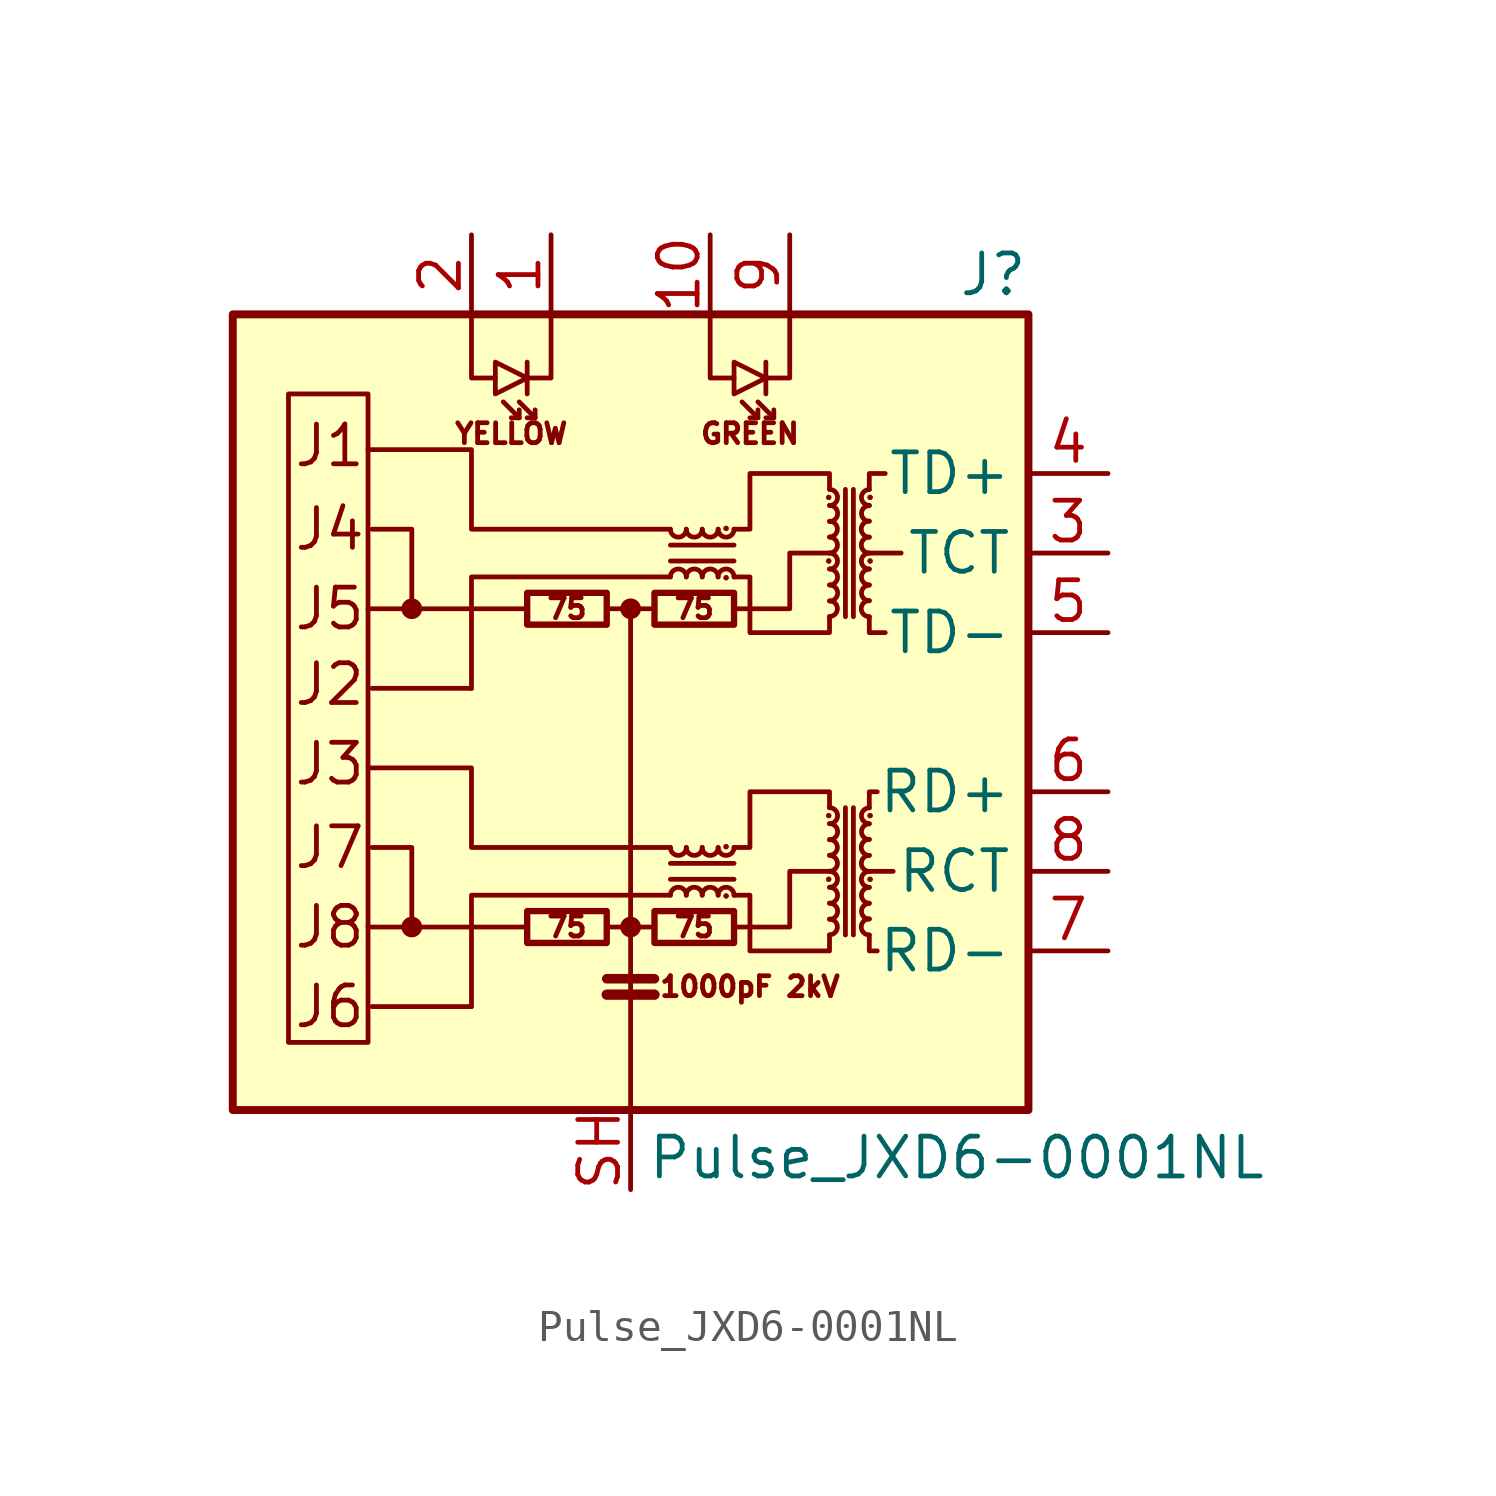
<source format=kicad_sym>
(kicad_symbol_lib
  (version 20200908)
  (generator kicad_symbol_editor)
  (symbol "Connector:Pulse_JXD6-0001NL"
    (property "Reference" "J"
      (at 12.7 13.97 0)
      (effects (font (size 1.27 1.27)) (justify right)))
    (property "Value" "Pulse_JXD6-0001NL"
      (at 10.414 -14.224 0)
      (effects (font (size 1.27 1.27))))
    (symbol "Pulse_JXD6-0001NL_0_1"
      (arc (start 1.778 -5.842) (end 1.27 -5.842) (radius (at 1.524 -5.842) (length 0.254) (angles 0.1 179.9)) (stroke (width 0)) (fill (type none)))
      (arc (start 1.27 -4.318) (end 1.778 -4.318) (radius (at 1.524 -4.318) (length 0.254) (angles -179.9 -0.1)) (stroke (width 0)) (fill (type none)))
      (arc (start 1.778 4.318) (end 1.27 4.318) (radius (at 1.524 4.318) (length 0.254) (angles 0.1 179.9)) (stroke (width 0)) (fill (type none)))
      (arc (start 1.27 5.842) (end 1.778 5.842) (radius (at 1.524 5.842) (length 0.254) (angles -179.9 -0.1)) (stroke (width 0)) (fill (type none)))
      (arc (start 2.286 -5.842) (end 1.778 -5.842) (radius (at 2.032 -5.842) (length 0.254) (angles 0.1 179.9)) (stroke (width 0)) (fill (type none)))
      (arc (start 1.778 -4.318) (end 2.286 -4.318) (radius (at 2.032 -4.318) (length 0.254) (angles -179.9 -0.1)) (stroke (width 0)) (fill (type none)))
      (arc (start 2.286 4.318) (end 1.778 4.318) (radius (at 2.032 4.318) (length 0.254) (angles 0.1 179.9)) (stroke (width 0)) (fill (type none)))
      (arc (start 1.778 5.842) (end 2.286 5.842) (radius (at 2.032 5.842) (length 0.254) (angles -179.9 -0.1)) (stroke (width 0)) (fill (type none)))
      (arc (start 2.794 -5.842) (end 2.286 -5.842) (radius (at 2.54 -5.842) (length 0.254) (angles 0.1 179.9)) (stroke (width 0)) (fill (type none)))
      (arc (start 2.286 -4.318) (end 2.794 -4.318) (radius (at 2.54 -4.318) (length 0.254) (angles -179.9 -0.1)) (stroke (width 0)) (fill (type none)))
      (arc (start 2.794 4.318) (end 2.286 4.318) (radius (at 2.54 4.318) (length 0.254) (angles 0.1 179.9)) (stroke (width 0)) (fill (type none)))
      (arc (start 2.286 5.842) (end 2.794 5.842) (radius (at 2.54 5.842) (length 0.254) (angles -179.9 -0.1)) (stroke (width 0)) (fill (type none)))
      (arc (start 3.302 -5.842) (end 2.794 -5.842) (radius (at 3.048 -5.842) (length 0.254) (angles 0.1 179.9)) (stroke (width 0)) (fill (type none)))
      (arc (start 2.794 -4.318) (end 3.302 -4.318) (radius (at 3.048 -4.318) (length 0.254) (angles -179.9 -0.1)) (stroke (width 0)) (fill (type none)))
      (arc (start 3.302 4.318) (end 2.794 4.318) (radius (at 3.048 4.318) (length 0.254) (angles 0.1 179.9)) (stroke (width 0)) (fill (type none)))
      (arc (start 2.794 5.842) (end 3.302 5.842) (radius (at 3.048 5.842) (length 0.254) (angles -179.9 -0.1)) (stroke (width 0)) (fill (type none)))
      (arc (start 6.35 -7.112) (end 6.35 -6.604) (radius (at 6.35 -6.858) (length 0.254) (angles -89.9 89.9)) (stroke (width 0)) (fill (type none)))
      (arc (start 6.35 -6.604) (end 6.35 -6.096) (radius (at 6.35 -6.35) (length 0.254) (angles -89.9 89.9)) (stroke (width 0)) (fill (type none)))
      (arc (start 6.35 -6.096) (end 6.35 -5.588) (radius (at 6.35 -5.842) (length 0.254) (angles -89.9 89.9)) (stroke (width 0)) (fill (type none)))
      (arc (start 6.35 -5.588) (end 6.35 -5.08) (radius (at 6.35 -5.334) (length 0.254) (angles -89.9 89.9)) (stroke (width 0)) (fill (type none)))
      (arc (start 6.35 -5.08) (end 6.35 -4.572) (radius (at 6.35 -4.826) (length 0.254) (angles -89.9 89.9)) (stroke (width 0)) (fill (type none)))
      (arc (start 6.35 -4.572) (end 6.35 -4.064) (radius (at 6.35 -4.318) (length 0.254) (angles -89.9 89.9)) (stroke (width 0)) (fill (type none)))
      (arc (start 6.35 -4.064) (end 6.35 -3.556) (radius (at 6.35 -3.81) (length 0.254) (angles -89.9 89.9)) (stroke (width 0)) (fill (type none)))
      (arc (start 6.35 -3.556) (end 6.35 -3.048) (radius (at 6.35 -3.302) (length 0.254) (angles -89.9 89.9)) (stroke (width 0)) (fill (type none)))
      (arc (start 6.35 3.048) (end 6.35 3.556) (radius (at 6.35 3.302) (length 0.254) (angles -89.9 89.9)) (stroke (width 0)) (fill (type none)))
      (arc (start 6.35 3.556) (end 6.35 4.064) (radius (at 6.35 3.81) (length 0.254) (angles -89.9 89.9)) (stroke (width 0)) (fill (type none)))
      (arc (start 6.35 4.064) (end 6.35 4.572) (radius (at 6.35 4.318) (length 0.254) (angles -89.9 89.9)) (stroke (width 0)) (fill (type none)))
      (arc (start 6.35 4.572) (end 6.35 5.08) (radius (at 6.35 4.826) (length 0.254) (angles -89.9 89.9)) (stroke (width 0)) (fill (type none)))
      (arc (start 6.35 5.08) (end 6.35 5.588) (radius (at 6.35 5.334) (length 0.254) (angles -89.9 89.9)) (stroke (width 0)) (fill (type none)))
      (arc (start 6.35 5.588) (end 6.35 6.096) (radius (at 6.35 5.842) (length 0.254) (angles -89.9 89.9)) (stroke (width 0)) (fill (type none)))
      (arc (start 6.35 6.096) (end 6.35 6.604) (radius (at 6.35 6.35) (length 0.254) (angles -89.9 89.9)) (stroke (width 0)) (fill (type none)))
      (arc (start 6.35 6.604) (end 6.35 7.112) (radius (at 6.35 6.858) (length 0.254) (angles -89.9 89.9)) (stroke (width 0)) (fill (type none)))
      (arc (start 7.62 -6.604) (end 7.62 -7.112) (radius (at 7.62 -6.858) (length 0.254) (angles 90.1 -90.1)) (stroke (width 0)) (fill (type none)))
      (arc (start 7.62 -6.096) (end 7.62 -6.604) (radius (at 7.62 -6.35) (length 0.254) (angles 90.1 -90.1)) (stroke (width 0)) (fill (type none)))
      (arc (start 7.62 -5.588) (end 7.62 -6.096) (radius (at 7.62 -5.842) (length 0.254) (angles 90.1 -90.1)) (stroke (width 0)) (fill (type none)))
      (arc (start 7.62 -5.08) (end 7.62 -5.588) (radius (at 7.62 -5.334) (length 0.254) (angles 90.1 -90.1)) (stroke (width 0)) (fill (type none)))
      (arc (start 7.62 -4.572) (end 7.62 -5.08) (radius (at 7.62 -4.826) (length 0.254) (angles 90.1 -90.1)) (stroke (width 0)) (fill (type none)))
      (arc (start 7.62 -4.064) (end 7.62 -4.572) (radius (at 7.62 -4.318) (length 0.254) (angles 90.1 -90.1)) (stroke (width 0)) (fill (type none)))
      (arc (start 7.62 -3.556) (end 7.62 -4.064) (radius (at 7.62 -3.81) (length 0.254) (angles 90.1 -90.1)) (stroke (width 0)) (fill (type none)))
      (arc (start 7.62 -3.048) (end 7.62 -3.556) (radius (at 7.62 -3.302) (length 0.254) (angles 90.1 -90.1)) (stroke (width 0)) (fill (type none)))
      (arc (start 7.62 3.556) (end 7.62 3.048) (radius (at 7.62 3.302) (length 0.254) (angles 90.1 -90.1)) (stroke (width 0)) (fill (type none)))
      (arc (start 7.62 4.064) (end 7.62 3.556) (radius (at 7.62 3.81) (length 0.254) (angles 90.1 -90.1)) (stroke (width 0)) (fill (type none)))
      (arc (start 7.62 4.572) (end 7.62 4.064) (radius (at 7.62 4.318) (length 0.254) (angles 90.1 -90.1)) (stroke (width 0)) (fill (type none)))
      (arc (start 7.62 5.08) (end 7.62 4.572) (radius (at 7.62 4.826) (length 0.254) (angles 90.1 -90.1)) (stroke (width 0)) (fill (type none)))
      (arc (start 7.62 5.588) (end 7.62 5.08) (radius (at 7.62 5.334) (length 0.254) (angles 90.1 -90.1)) (stroke (width 0)) (fill (type none)))
      (arc (start 7.62 6.096) (end 7.62 5.588) (radius (at 7.62 5.842) (length 0.254) (angles 90.1 -90.1)) (stroke (width 0)) (fill (type none)))
      (arc (start 7.62 6.604) (end 7.62 6.096) (radius (at 7.62 6.35) (length 0.254) (angles 90.1 -90.1)) (stroke (width 0)) (fill (type none)))
      (arc (start 7.62 7.112) (end 7.62 6.604) (radius (at 7.62 6.858) (length 0.254) (angles 90.1 -90.1)) (stroke (width 0)) (fill (type none)))
      (circle (center -6.985 -6.858) (radius 0.254) (stroke (width 0)) (fill (type outline)))
      (circle (center -6.985 3.302) (radius 0.254) (stroke (width 0)) (fill (type outline)))
      (circle (center 0 -6.858) (radius 0.254) (stroke (width 0)) (fill (type outline)))
      (circle (center 0 3.302) (radius 0.254) (stroke (width 0)) (fill (type outline)))
      (circle (center 3.048 -5.867) (radius 0.076) (stroke (width 0.025)) (fill (type outline)))
      (circle (center 3.048 -4.293) (radius 0.076) (stroke (width 0.025)) (fill (type outline)))
      (circle (center 3.048 4.293) (radius 0.076) (stroke (width 0.025)) (fill (type outline)))
      (circle (center 3.048 5.867) (radius 0.076) (stroke (width 0.025)) (fill (type outline)))
      (circle (center 6.325 -5.334) (radius 0.076) (stroke (width 0.025)) (fill (type outline)))
      (circle (center 6.325 -3.302) (radius 0.076) (stroke (width 0.025)) (fill (type outline)))
      (circle (center 6.325 4.826) (radius 0.076) (stroke (width 0.025)) (fill (type outline)))
      (circle (center 6.325 6.858) (radius 0.076) (stroke (width 0.025)) (fill (type outline)))
      (circle (center 7.645 -5.334) (radius 0.076) (stroke (width 0.025)) (fill (type outline)))
      (circle (center 7.645 -3.302) (radius 0.076) (stroke (width 0.025)) (fill (type outline)))
      (circle (center 7.645 4.826) (radius 0.076) (stroke (width 0.025)) (fill (type outline)))
      (circle (center 7.645 6.858) (radius 0.076) (stroke (width 0.025)) (fill (type outline)))
      (rectangle (start -8.382 -10.541) (end -10.922 10.16) (stroke (width 0)) (fill (type none)))
      (rectangle (start -3.302 -7.366) (end -0.762 -6.35) (stroke (width 0.203)) (fill (type none)))
      (rectangle (start -3.302 2.794) (end -0.762 3.81) (stroke (width 0.203)) (fill (type none)))
      (rectangle (start 0.762 -7.366) (end 3.302 -6.35) (stroke (width 0.203)) (fill (type none)))
      (rectangle (start 0.762 2.794) (end 3.302 3.81) (stroke (width 0.203)) (fill (type none)))
      (polyline (pts (xy -5.08 -9.398) (xy -8.255 -9.398)) (stroke (width 0)) (fill (type none)))
      (polyline (pts (xy -5.08 0.762) (xy -8.255 0.762)) (stroke (width 0)) (fill (type none)))
      (polyline (pts (xy -3.556 9.398) (xy -4.064 9.906)) (stroke (width 0)) (fill (type none)))
      (polyline (pts (xy -3.302 11.176) (xy -3.302 10.16)) (stroke (width 0)) (fill (type none)))
      (polyline (pts (xy -3.048 9.398) (xy -3.556 9.906)) (stroke (width 0)) (fill (type none)))
      (polyline (pts (xy -0.762 -9.017) (xy 0.762 -9.017)) (stroke (width 0.33)) (fill (type none)))
      (polyline (pts (xy -0.762 -8.509) (xy 0.762 -8.509)) (stroke (width 0.305)) (fill (type none)))
      (polyline (pts (xy 0 3.302) (xy -0.762 3.302)) (stroke (width 0)) (fill (type none)))
      (polyline (pts (xy 0.762 -6.858) (xy -0.762 -6.858)) (stroke (width 0)) (fill (type none)))
      (polyline (pts (xy 1.27 -5.334) (xy 3.302 -5.334)) (stroke (width 0)) (fill (type none)))
      (polyline (pts (xy 1.27 4.826) (xy 3.302 4.826)) (stroke (width 0)) (fill (type none)))
      (polyline (pts (xy 3.302 -4.826) (xy 1.27 -4.826)) (stroke (width 0)) (fill (type none)))
      (polyline (pts (xy 3.302 5.334) (xy 1.27 5.334)) (stroke (width 0)) (fill (type none)))
      (polyline (pts (xy 4.064 9.398) (xy 3.556 9.906)) (stroke (width 0)) (fill (type none)))
      (polyline (pts (xy 4.318 11.176) (xy 4.318 10.16)) (stroke (width 0)) (fill (type none)))
      (polyline (pts (xy 4.572 9.398) (xy 4.064 9.906)) (stroke (width 0)) (fill (type none)))
      (polyline (pts (xy 6.858 -3.048) (xy 6.858 -7.112)) (stroke (width 0)) (fill (type none)))
      (polyline (pts (xy 6.858 7.112) (xy 6.858 3.048)) (stroke (width 0)) (fill (type none)))
      (polyline (pts (xy 7.112 -7.112) (xy 7.112 -3.048)) (stroke (width 0)) (fill (type none)))
      (polyline (pts (xy 7.112 3.048) (xy 7.112 7.112)) (stroke (width 0)) (fill (type none)))
      (polyline (pts (xy -6.985 -6.858) (xy -6.985 -4.318) (xy -8.255 -4.318)) (stroke (width 0)) (fill (type none)))
      (polyline (pts (xy -6.985 3.302) (xy -6.985 5.842) (xy -8.255 5.842)) (stroke (width 0)) (fill (type none)))
      (polyline (pts (xy -5.08 12.7) (xy -5.08 10.668) (xy -4.318 10.668)) (stroke (width 0)) (fill (type none)))
      (polyline (pts (xy -3.556 9.652) (xy -3.556 9.398) (xy -3.81 9.398)) (stroke (width 0)) (fill (type none)))
      (polyline (pts (xy -3.048 9.652) (xy -3.048 9.398) (xy -3.302 9.398)) (stroke (width 0)) (fill (type none)))
      (polyline (pts (xy -2.54 12.7) (xy -2.54 10.668) (xy -3.302 10.668)) (stroke (width 0)) (fill (type none)))
      (polyline (pts (xy 0 -12.7) (xy 0 3.302) (xy 0.635 3.302)) (stroke (width 0)) (fill (type none)))
      (polyline (pts (xy 1.27 -5.842) (xy -5.08 -5.842) (xy -5.08 -9.398)) (stroke (width 0)) (fill (type none)))
      (polyline (pts (xy 1.27 4.318) (xy -5.08 4.318) (xy -5.08 0.762)) (stroke (width 0)) (fill (type none)))
      (polyline (pts (xy 2.54 12.7) (xy 2.54 10.668) (xy 3.302 10.668)) (stroke (width 0)) (fill (type none)))
      (polyline (pts (xy 4.064 9.652) (xy 4.064 9.398) (xy 3.81 9.398)) (stroke (width 0)) (fill (type none)))
      (polyline (pts (xy 4.572 9.652) (xy 4.572 9.398) (xy 4.318 9.398)) (stroke (width 0)) (fill (type none)))
      (polyline (pts (xy 5.08 12.7) (xy 5.08 10.668) (xy 4.318 10.668)) (stroke (width 0)) (fill (type none)))
      (polyline (pts (xy 7.62 -7.112) (xy 7.62 -7.62) (xy 7.874 -7.62)) (stroke (width 0)) (fill (type none)))
      (polyline (pts (xy 7.62 -3.048) (xy 7.62 -2.54) (xy 7.874 -2.54)) (stroke (width 0)) (fill (type none)))
      (polyline (pts (xy 7.62 3.048) (xy 7.62 2.54) (xy 8.128 2.54)) (stroke (width 0)) (fill (type none)))
      (polyline (pts (xy 7.62 7.112) (xy 7.62 7.62) (xy 8.128 7.62)) (stroke (width 0)) (fill (type none)))
      (polyline (pts (xy -3.302 10.668) (xy -4.318 11.176) (xy -4.318 10.16) (xy -3.302 10.668)) (stroke (width 0)) (fill (type none)))
      (polyline (pts (xy 4.318 10.668) (xy 3.302 11.176) (xy 3.302 10.16) (xy 4.318 10.668)) (stroke (width 0)) (fill (type none)))
      (polyline (pts (xy 3.302 -4.318) (xy 3.81 -4.318) (xy 3.81 -2.54) (xy 6.35 -2.54) (xy 6.35 -3.048)) (stroke (width 0)) (fill (type none)))
      (polyline (pts (xy 3.302 5.842) (xy 3.81 5.842) (xy 3.81 7.62) (xy 6.35 7.62) (xy 6.35 7.112)) (stroke (width 0)) (fill (type none)))
      (polyline (pts (xy 6.35 -7.112) (xy 6.35 -7.62) (xy 3.81 -7.62) (xy 3.81 -5.842) (xy 3.302 -5.842)) (stroke (width 0)) (fill (type none)))
      (polyline (pts (xy 6.35 3.048) (xy 6.35 2.54) (xy 3.81 2.54) (xy 3.81 4.318) (xy 3.302 4.318)) (stroke (width 0)) (fill (type none))))
    (symbol "Pulse_JXD6-0001NL_0_0"
      (text "1000pF 2kV" (at 3.81 -8.763 0) (effects (font (size 0.635 0.635))))
      (text "75" (at -2.032 -6.858 0) (effects (font (size 0.635 0.635))))
      (text "75" (at -2.032 3.302 0) (effects (font (size 0.635 0.635))))
      (text "75" (at 2.032 -6.858 0) (effects (font (size 0.635 0.635))))
      (text "75" (at 2.032 3.302 0) (effects (font (size 0.635 0.635))))
      (text "GREEN" (at 3.81 8.89 0) (effects (font (size 0.635 0.635))))
      (text "J1" (at -10.795 8.509 0) (effects (font (size 1.27 1.27)) (justify left)))
      (text "J2" (at -10.795 0.889 0) (effects (font (size 1.27 1.27)) (justify left)))
      (text "J3" (at -10.795 -1.651 0) (effects (font (size 1.27 1.27)) (justify left)))
      (text "J4" (at -10.795 5.842 0) (effects (font (size 1.27 1.27)) (justify left)))
      (text "J5" (at -10.795 3.302 0) (effects (font (size 1.27 1.27)) (justify left)))
      (text "J6" (at -10.795 -9.398 0) (effects (font (size 1.27 1.27)) (justify left)))
      (text "J7" (at -10.795 -4.318 0) (effects (font (size 1.27 1.27)) (justify left)))
      (text "J8" (at -10.795 -6.858 0) (effects (font (size 1.27 1.27)) (justify left)))
      (text "YELLOW" (at -3.81 8.89 0) (effects (font (size 0.635 0.635))))
      (rectangle (start -12.7 12.7) (end 12.7 -12.7) (stroke (width 0.254)) (fill (type background)))
      (polyline (pts (xy -3.302 -6.858) (xy -8.382 -6.858)) (stroke (width 0)) (fill (type none)))
      (polyline (pts (xy -3.302 3.302) (xy -8.382 3.302)) (stroke (width 0)) (fill (type none)))
      (polyline (pts (xy 8.382 -5.08) (xy 7.62 -5.08)) (stroke (width 0)) (fill (type none)))
      (polyline (pts (xy 8.636 5.08) (xy 7.62 5.08)) (stroke (width 0)) (fill (type none)))
      (polyline (pts (xy 1.27 -4.318) (xy -5.08 -4.318) (xy -5.08 -1.778) (xy -8.382 -1.778)) (stroke (width 0)) (fill (type none)))
      (polyline (pts (xy 1.27 5.842) (xy -5.08 5.842) (xy -5.08 8.382) (xy -8.382 8.382)) (stroke (width 0)) (fill (type none)))
      (polyline (pts (xy 3.302 -6.858) (xy 5.08 -6.858) (xy 5.08 -5.08) (xy 6.35 -5.08)) (stroke (width 0)) (fill (type none)))
      (polyline (pts (xy 3.302 3.302) (xy 5.08 3.302) (xy 5.08 5.08) (xy 6.35 5.08)) (stroke (width 0)) (fill (type none))))
    (symbol "Pulse_JXD6-0001NL_1_1"
      (pin passive line (at -2.54 15.24 270) (length 2.54) (name "~" (effects (font (size 1.27 1.27)))) (number "1" (effects (font (size 1.27 1.27)))))
      (pin passive line (at 2.54 15.24 270) (length 2.54) (name "~" (effects (font (size 1.27 1.27)))) (number "10" (effects (font (size 1.27 1.27)))))
      (pin passive line (at -5.08 15.24 270) (length 2.54) (name "~" (effects (font (size 1.27 1.27)))) (number "2" (effects (font (size 1.27 1.27)))))
      (pin passive line (at 15.24 5.08 180) (length 2.54) (name "TCT" (effects (font (size 1.27 1.27)))) (number "3" (effects (font (size 1.27 1.27)))))
      (pin passive line (at 15.24 7.62 180) (length 2.54) (name "TD+" (effects (font (size 1.27 1.27)))) (number "4" (effects (font (size 1.27 1.27)))))
      (pin passive line (at 15.24 2.54 180) (length 2.54) (name "TD-" (effects (font (size 1.27 1.27)))) (number "5" (effects (font (size 1.27 1.27)))))
      (pin passive line (at 15.24 -2.54 180) (length 2.54) (name "RD+" (effects (font (size 1.27 1.27)))) (number "6" (effects (font (size 1.27 1.27)))))
      (pin passive line (at 15.24 -7.62 180) (length 2.54) (name "RD-" (effects (font (size 1.27 1.27)))) (number "7" (effects (font (size 1.27 1.27)))))
      (pin passive line (at 15.24 -5.08 180) (length 2.54) (name "RCT" (effects (font (size 1.27 1.27)))) (number "8" (effects (font (size 1.27 1.27)))))
      (pin passive line (at 5.08 15.24 270) (length 2.54) (name "~" (effects (font (size 1.27 1.27)))) (number "9" (effects (font (size 1.27 1.27)))))
      (pin passive line (at 0 -15.24 90) (length 2.54) (name "~" (effects (font (size 1.27 1.27)))) (number "SH" (effects (font (size 1.27 1.27))))))))
</source>
